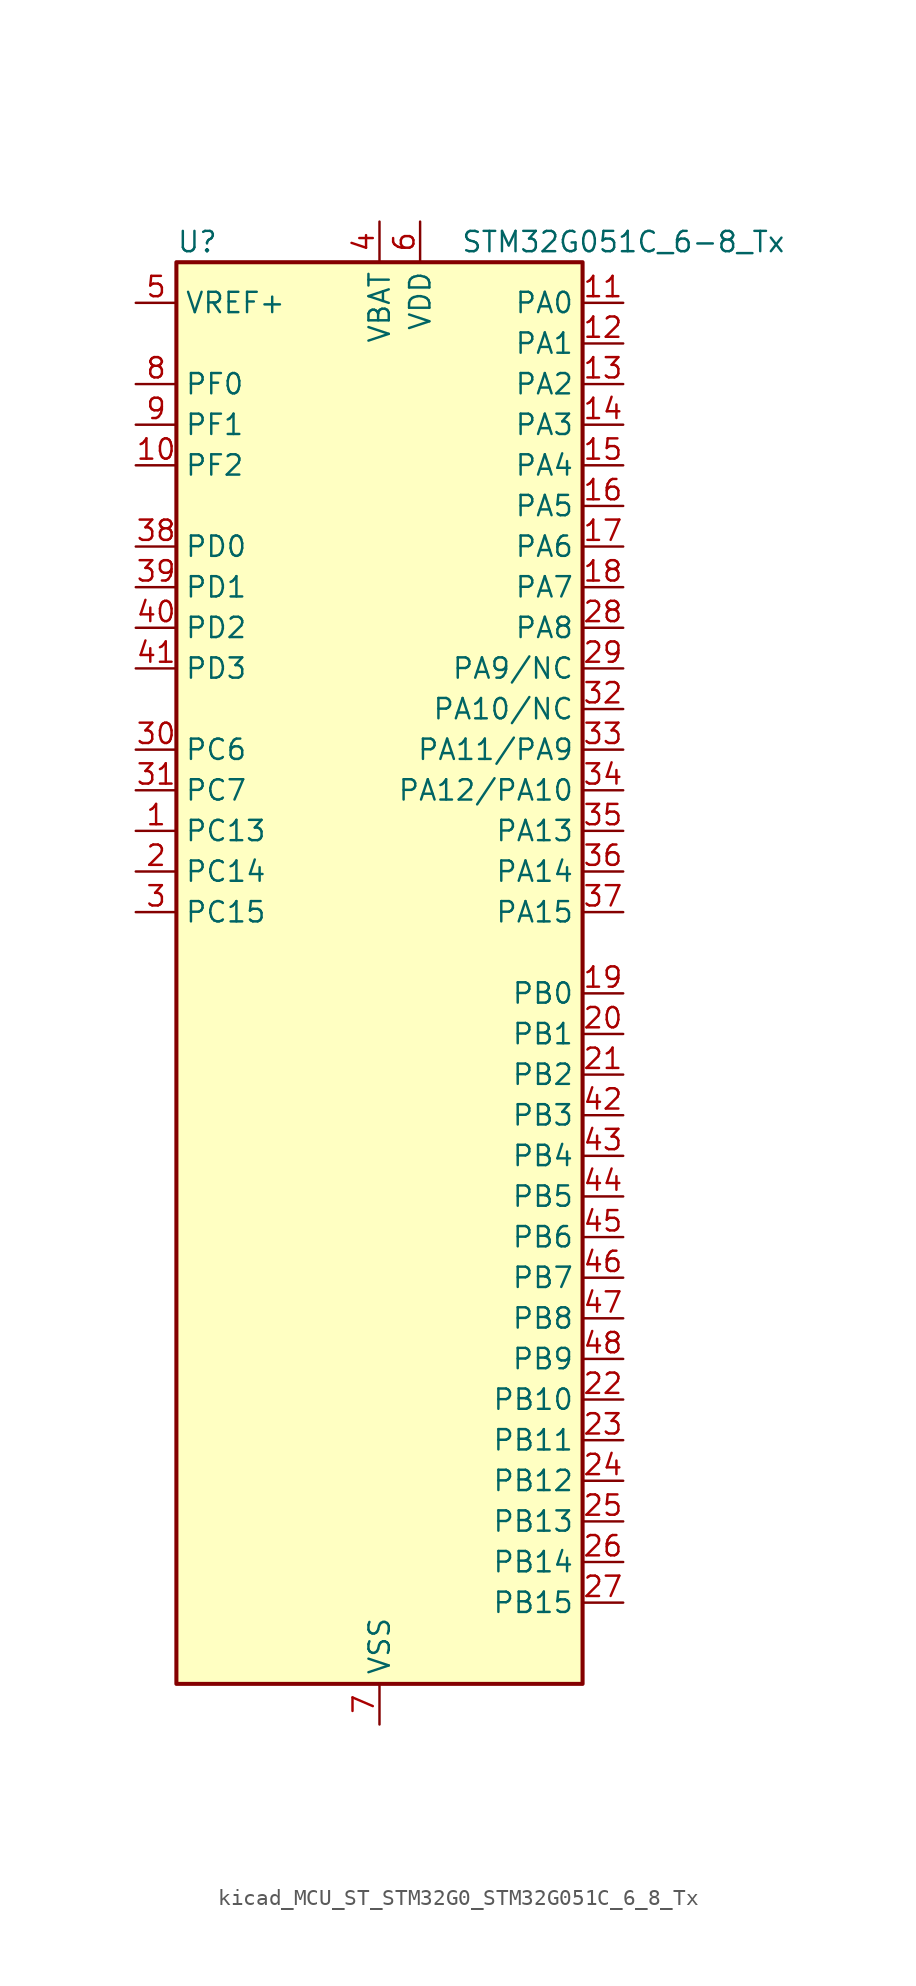
<source format=kicad_sym>
(kicad_symbol_lib
  (version 20220914)
  (generator kicad_symbol_editor)
  (symbol "kicad_MCU_ST_STM32G0_STM32G051C_6_8_Tx"
    (property "Reference" "U"
      (at -12.7 46.99 0)
      (effects (font (size 1.27 1.27)) (justify left)))
    (property "Value" "STM32G051C_6-8_Tx"
      (at 5.08 46.99 0)
      (effects (font (size 1.27 1.27)) (justify left)))
    (property "ki_locked" ""
      (at 0 0 0)
      (effects (font (size 1.27 1.27))))
    (symbol "kicad_MCU_ST_STM32G0_STM32G051C_6_8_Tx_0_1"
      (rectangle (start -12.7 -43.18) (end 12.7 45.72) (stroke (width 0.254) (type default)) (fill (type background))))
    (symbol "kicad_MCU_ST_STM32G0_STM32G051C_6_8_Tx_1_1"
      (pin bidirectional line (at -15.24 10.16 0) (length 2.54) (name "PC13" (effects (font (size 1.27 1.27)))) (number "1" (effects (font (size 1.27 1.27)))) (alternate "RTC_OUT1" bidirectional line) (alternate "RTC_TAMP_IN1" bidirectional line) (alternate "RTC_TS" bidirectional line) (alternate "SYS_WKUP2" bidirectional line) (alternate "TIM1_BK" bidirectional line))
      (pin bidirectional line (at -15.24 33.02 0) (length 2.54) (name "PF2" (effects (font (size 1.27 1.27)))) (number "10" (effects (font (size 1.27 1.27)))) (alternate "RCC_MCO" bidirectional line))
      (pin bidirectional line (at 15.24 43.18 180) (length 2.54) (name "PA0" (effects (font (size 1.27 1.27)))) (number "11" (effects (font (size 1.27 1.27)))) (alternate "ADC1_IN0" bidirectional line) (alternate "COMP1_INM" bidirectional line) (alternate "COMP1_OUT" bidirectional line) (alternate "LPTIM1_OUT" bidirectional line) (alternate "RTC_TAMP_IN2" bidirectional line) (alternate "SPI2_SCK" bidirectional line) (alternate "SYS_WKUP1" bidirectional line) (alternate "TIM2_CH1" bidirectional line) (alternate "TIM2_ETR" bidirectional line) (alternate "USART2_CTS" bidirectional line) (alternate "USART2_NSS" bidirectional line))
      (pin bidirectional line (at 15.24 40.64 180) (length 2.54) (name "PA1" (effects (font (size 1.27 1.27)))) (number "12" (effects (font (size 1.27 1.27)))) (alternate "ADC1_IN1" bidirectional line) (alternate "COMP1_INP" bidirectional line) (alternate "I2C1_SMBA" bidirectional line) (alternate "I2S1_CK" bidirectional line) (alternate "SPI1_SCK" bidirectional line) (alternate "TIM15_CH1N" bidirectional line) (alternate "TIM2_CH2" bidirectional line) (alternate "USART2_CK" bidirectional line) (alternate "USART2_DE" bidirectional line) (alternate "USART2_RTS" bidirectional line))
      (pin bidirectional line (at 15.24 38.1 180) (length 2.54) (name "PA2" (effects (font (size 1.27 1.27)))) (number "13" (effects (font (size 1.27 1.27)))) (alternate "ADC1_IN2" bidirectional line) (alternate "COMP2_INM" bidirectional line) (alternate "COMP2_OUT" bidirectional line) (alternate "I2S1_SD" bidirectional line) (alternate "LPUART1_TX" bidirectional line) (alternate "RCC_LSCO" bidirectional line) (alternate "SPI1_MOSI" bidirectional line) (alternate "SYS_WKUP4" bidirectional line) (alternate "TIM15_CH1" bidirectional line) (alternate "TIM2_CH3" bidirectional line) (alternate "USART2_TX" bidirectional line))
      (pin bidirectional line (at 15.24 35.56 180) (length 2.54) (name "PA3" (effects (font (size 1.27 1.27)))) (number "14" (effects (font (size 1.27 1.27)))) (alternate "ADC1_IN3" bidirectional line) (alternate "COMP2_INP" bidirectional line) (alternate "LPUART1_RX" bidirectional line) (alternate "SPI2_MISO" bidirectional line) (alternate "TIM15_CH2" bidirectional line) (alternate "TIM2_CH4" bidirectional line) (alternate "USART2_RX" bidirectional line))
      (pin bidirectional line (at 15.24 33.02 180) (length 2.54) (name "PA4" (effects (font (size 1.27 1.27)))) (number "15" (effects (font (size 1.27 1.27)))) (alternate "ADC1_IN4" bidirectional line) (alternate "DAC1_OUT1" bidirectional line) (alternate "I2S1_WS" bidirectional line) (alternate "LPTIM2_OUT" bidirectional line) (alternate "RTC_OUT2" bidirectional line) (alternate "SPI1_NSS" bidirectional line) (alternate "SPI2_MOSI" bidirectional line) (alternate "TIM14_CH1" bidirectional line))
      (pin bidirectional line (at 15.24 30.48 180) (length 2.54) (name "PA5" (effects (font (size 1.27 1.27)))) (number "16" (effects (font (size 1.27 1.27)))) (alternate "ADC1_IN5" bidirectional line) (alternate "DAC1_OUT2" bidirectional line) (alternate "I2S1_CK" bidirectional line) (alternate "LPTIM2_ETR" bidirectional line) (alternate "SPI1_SCK" bidirectional line) (alternate "TIM2_CH1" bidirectional line) (alternate "TIM2_ETR" bidirectional line))
      (pin bidirectional line (at 15.24 27.94 180) (length 2.54) (name "PA6" (effects (font (size 1.27 1.27)))) (number "17" (effects (font (size 1.27 1.27)))) (alternate "ADC1_IN6" bidirectional line) (alternate "COMP1_OUT" bidirectional line) (alternate "I2S1_MCK" bidirectional line) (alternate "LPUART1_CTS" bidirectional line) (alternate "SPI1_MISO" bidirectional line) (alternate "TIM16_CH1" bidirectional line) (alternate "TIM1_BK" bidirectional line) (alternate "TIM3_CH1" bidirectional line))
      (pin bidirectional line (at 15.24 25.4 180) (length 2.54) (name "PA7" (effects (font (size 1.27 1.27)))) (number "18" (effects (font (size 1.27 1.27)))) (alternate "ADC1_IN7" bidirectional line) (alternate "COMP2_OUT" bidirectional line) (alternate "I2S1_SD" bidirectional line) (alternate "SPI1_MOSI" bidirectional line) (alternate "TIM14_CH1" bidirectional line) (alternate "TIM17_CH1" bidirectional line) (alternate "TIM1_CH1N" bidirectional line) (alternate "TIM3_CH2" bidirectional line))
      (pin bidirectional line (at 15.24 0 180) (length 2.54) (name "PB0" (effects (font (size 1.27 1.27)))) (number "19" (effects (font (size 1.27 1.27)))) (alternate "ADC1_IN8" bidirectional line) (alternate "COMP1_OUT" bidirectional line) (alternate "I2S1_WS" bidirectional line) (alternate "LPTIM1_OUT" bidirectional line) (alternate "SPI1_NSS" bidirectional line) (alternate "TIM1_CH2N" bidirectional line) (alternate "TIM3_CH3" bidirectional line))
      (pin bidirectional line (at -15.24 7.62 0) (length 2.54) (name "PC14" (effects (font (size 1.27 1.27)))) (number "2" (effects (font (size 1.27 1.27)))) (alternate "RCC_OSC32_IN" bidirectional line) (alternate "TIM1_BK2" bidirectional line))
      (pin bidirectional line (at 15.24 -2.54 180) (length 2.54) (name "PB1" (effects (font (size 1.27 1.27)))) (number "20" (effects (font (size 1.27 1.27)))) (alternate "ADC1_IN9" bidirectional line) (alternate "COMP1_INM" bidirectional line) (alternate "LPTIM2_IN1" bidirectional line) (alternate "LPUART1_DE" bidirectional line) (alternate "LPUART1_RTS" bidirectional line) (alternate "TIM14_CH1" bidirectional line) (alternate "TIM1_CH3N" bidirectional line) (alternate "TIM3_CH4" bidirectional line))
      (pin bidirectional line (at 15.24 -5.08 180) (length 2.54) (name "PB2" (effects (font (size 1.27 1.27)))) (number "21" (effects (font (size 1.27 1.27)))) (alternate "ADC1_IN10" bidirectional line) (alternate "COMP1_INP" bidirectional line) (alternate "LPTIM1_OUT" bidirectional line) (alternate "SPI2_MISO" bidirectional line))
      (pin bidirectional line (at 15.24 -25.4 180) (length 2.54) (name "PB10" (effects (font (size 1.27 1.27)))) (number "22" (effects (font (size 1.27 1.27)))) (alternate "ADC1_IN11" bidirectional line) (alternate "COMP1_OUT" bidirectional line) (alternate "I2C2_SCL" bidirectional line) (alternate "LPUART1_RX" bidirectional line) (alternate "SPI2_SCK" bidirectional line) (alternate "TIM2_CH3" bidirectional line))
      (pin bidirectional line (at 15.24 -27.94 180) (length 2.54) (name "PB11" (effects (font (size 1.27 1.27)))) (number "23" (effects (font (size 1.27 1.27)))) (alternate "ADC1_EXTI11" bidirectional line) (alternate "ADC1_IN15" bidirectional line) (alternate "COMP2_OUT" bidirectional line) (alternate "I2C2_SDA" bidirectional line) (alternate "LPUART1_TX" bidirectional line) (alternate "SPI2_MOSI" bidirectional line) (alternate "TIM2_CH4" bidirectional line))
      (pin bidirectional line (at 15.24 -30.48 180) (length 2.54) (name "PB12" (effects (font (size 1.27 1.27)))) (number "24" (effects (font (size 1.27 1.27)))) (alternate "ADC1_IN16" bidirectional line) (alternate "LPUART1_DE" bidirectional line) (alternate "LPUART1_RTS" bidirectional line) (alternate "SPI2_NSS" bidirectional line) (alternate "TIM15_BK" bidirectional line) (alternate "TIM1_BK" bidirectional line))
      (pin bidirectional line (at 15.24 -33.02 180) (length 2.54) (name "PB13" (effects (font (size 1.27 1.27)))) (number "25" (effects (font (size 1.27 1.27)))) (alternate "I2C2_SCL" bidirectional line) (alternate "LPUART1_CTS" bidirectional line) (alternate "SPI2_SCK" bidirectional line) (alternate "TIM15_CH1N" bidirectional line) (alternate "TIM1_CH1N" bidirectional line))
      (pin bidirectional line (at 15.24 -35.56 180) (length 2.54) (name "PB14" (effects (font (size 1.27 1.27)))) (number "26" (effects (font (size 1.27 1.27)))) (alternate "I2C2_SDA" bidirectional line) (alternate "SPI2_MISO" bidirectional line) (alternate "TIM15_CH1" bidirectional line) (alternate "TIM1_CH2N" bidirectional line))
      (pin bidirectional line (at 15.24 -38.1 180) (length 2.54) (name "PB15" (effects (font (size 1.27 1.27)))) (number "27" (effects (font (size 1.27 1.27)))) (alternate "RTC_REFIN" bidirectional line) (alternate "SPI2_MOSI" bidirectional line) (alternate "TIM15_CH1N" bidirectional line) (alternate "TIM15_CH2" bidirectional line) (alternate "TIM1_CH3N" bidirectional line))
      (pin bidirectional line (at 15.24 22.86 180) (length 2.54) (name "PA8" (effects (font (size 1.27 1.27)))) (number "28" (effects (font (size 1.27 1.27)))) (alternate "LPTIM2_OUT" bidirectional line) (alternate "RCC_MCO" bidirectional line) (alternate "SPI2_NSS" bidirectional line) (alternate "TIM1_CH1" bidirectional line))
      (pin bidirectional line (at 15.24 20.32 180) (length 2.54) (name "PA9/NC" (effects (font (size 1.27 1.27)))) (number "29" (effects (font (size 1.27 1.27)))) (alternate "DAC1_EXTI9" bidirectional line) (alternate "I2C1_SCL" bidirectional line) (alternate "RCC_MCO" bidirectional line) (alternate "SPI2_MISO" bidirectional line) (alternate "TIM15_BK" bidirectional line) (alternate "TIM1_CH2" bidirectional line) (alternate "USART1_TX" bidirectional line))
      (pin bidirectional line (at -15.24 5.08 0) (length 2.54) (name "PC15" (effects (font (size 1.27 1.27)))) (number "3" (effects (font (size 1.27 1.27)))) (alternate "RCC_OSC32_EN" bidirectional line) (alternate "RCC_OSC32_OUT" bidirectional line) (alternate "RCC_OSC_EN" bidirectional line) (alternate "TIM15_BK" bidirectional line))
      (pin bidirectional line (at -15.24 15.24 0) (length 2.54) (name "PC6" (effects (font (size 1.27 1.27)))) (number "30" (effects (font (size 1.27 1.27)))) (alternate "TIM2_CH3" bidirectional line) (alternate "TIM3_CH1" bidirectional line))
      (pin bidirectional line (at -15.24 12.7 0) (length 2.54) (name "PC7" (effects (font (size 1.27 1.27)))) (number "31" (effects (font (size 1.27 1.27)))) (alternate "TIM2_CH4" bidirectional line) (alternate "TIM3_CH2" bidirectional line))
      (pin bidirectional line (at 15.24 17.78 180) (length 2.54) (name "PA10/NC" (effects (font (size 1.27 1.27)))) (number "32" (effects (font (size 1.27 1.27)))) (alternate "I2C1_SDA" bidirectional line) (alternate "SPI2_MOSI" bidirectional line) (alternate "TIM17_BK" bidirectional line) (alternate "TIM1_CH3" bidirectional line) (alternate "USART1_RX" bidirectional line))
      (pin bidirectional line (at 15.24 15.24 180) (length 2.54) (name "PA11/PA9" (effects (font (size 1.27 1.27)))) (number "33" (effects (font (size 1.27 1.27)))) (alternate "ADC1_EXTI11" bidirectional line) (alternate "COMP1_OUT" bidirectional line) (alternate "I2C2_SCL" bidirectional line) (alternate "I2S1_MCK" bidirectional line) (alternate "SPI1_MISO" bidirectional line) (alternate "TIM1_BK2" bidirectional line) (alternate "TIM1_CH4" bidirectional line) (alternate "USART1_CTS" bidirectional line) (alternate "USART1_NSS" bidirectional line))
      (pin bidirectional line (at 15.24 12.7 180) (length 2.54) (name "PA12/PA10" (effects (font (size 1.27 1.27)))) (number "34" (effects (font (size 1.27 1.27)))) (alternate "COMP2_OUT" bidirectional line) (alternate "I2C2_SDA" bidirectional line) (alternate "I2S1_SD" bidirectional line) (alternate "I2S_CKIN" bidirectional line) (alternate "SPI1_MOSI" bidirectional line) (alternate "TIM1_ETR" bidirectional line) (alternate "USART1_CK" bidirectional line) (alternate "USART1_DE" bidirectional line) (alternate "USART1_RTS" bidirectional line))
      (pin bidirectional line (at 15.24 10.16 180) (length 2.54) (name "PA13" (effects (font (size 1.27 1.27)))) (number "35" (effects (font (size 1.27 1.27)))) (alternate "ADC1_IN17" bidirectional line) (alternate "IR_OUT" bidirectional line) (alternate "SYS_SWDIO" bidirectional line))
      (pin bidirectional line (at 15.24 7.62 180) (length 2.54) (name "PA14" (effects (font (size 1.27 1.27)))) (number "36" (effects (font (size 1.27 1.27)))) (alternate "ADC1_IN18" bidirectional line) (alternate "SYS_SWCLK" bidirectional line) (alternate "USART2_TX" bidirectional line))
      (pin bidirectional line (at 15.24 5.08 180) (length 2.54) (name "PA15" (effects (font (size 1.27 1.27)))) (number "37" (effects (font (size 1.27 1.27)))) (alternate "I2S1_WS" bidirectional line) (alternate "SPI1_NSS" bidirectional line) (alternate "TIM2_CH1" bidirectional line) (alternate "TIM2_ETR" bidirectional line) (alternate "USART2_RX" bidirectional line))
      (pin bidirectional line (at -15.24 27.94 0) (length 2.54) (name "PD0" (effects (font (size 1.27 1.27)))) (number "38" (effects (font (size 1.27 1.27)))) (alternate "SPI2_NSS" bidirectional line) (alternate "TIM16_CH1" bidirectional line))
      (pin bidirectional line (at -15.24 25.4 0) (length 2.54) (name "PD1" (effects (font (size 1.27 1.27)))) (number "39" (effects (font (size 1.27 1.27)))) (alternate "SPI2_SCK" bidirectional line) (alternate "TIM17_CH1" bidirectional line))
      (pin power_in line (at 0 48.26 270) (length 2.54) (name "VBAT" (effects (font (size 1.27 1.27)))) (number "4" (effects (font (size 1.27 1.27)))))
      (pin bidirectional line (at -15.24 22.86 0) (length 2.54) (name "PD2" (effects (font (size 1.27 1.27)))) (number "40" (effects (font (size 1.27 1.27)))) (alternate "TIM1_CH1N" bidirectional line) (alternate "TIM3_ETR" bidirectional line))
      (pin bidirectional line (at -15.24 20.32 0) (length 2.54) (name "PD3" (effects (font (size 1.27 1.27)))) (number "41" (effects (font (size 1.27 1.27)))) (alternate "SPI2_MISO" bidirectional line) (alternate "TIM1_CH2N" bidirectional line) (alternate "USART2_CTS" bidirectional line) (alternate "USART2_NSS" bidirectional line))
      (pin bidirectional line (at 15.24 -7.62 180) (length 2.54) (name "PB3" (effects (font (size 1.27 1.27)))) (number "42" (effects (font (size 1.27 1.27)))) (alternate "COMP2_INM" bidirectional line) (alternate "I2S1_CK" bidirectional line) (alternate "SPI1_SCK" bidirectional line) (alternate "TIM1_CH2" bidirectional line) (alternate "TIM2_CH2" bidirectional line) (alternate "USART1_CK" bidirectional line) (alternate "USART1_DE" bidirectional line) (alternate "USART1_RTS" bidirectional line))
      (pin bidirectional line (at 15.24 -10.16 180) (length 2.54) (name "PB4" (effects (font (size 1.27 1.27)))) (number "43" (effects (font (size 1.27 1.27)))) (alternate "COMP2_INP" bidirectional line) (alternate "I2S1_MCK" bidirectional line) (alternate "SPI1_MISO" bidirectional line) (alternate "TIM17_BK" bidirectional line) (alternate "TIM3_CH1" bidirectional line) (alternate "USART1_CTS" bidirectional line) (alternate "USART1_NSS" bidirectional line))
      (pin bidirectional line (at 15.24 -12.7 180) (length 2.54) (name "PB5" (effects (font (size 1.27 1.27)))) (number "44" (effects (font (size 1.27 1.27)))) (alternate "COMP2_OUT" bidirectional line) (alternate "I2C1_SMBA" bidirectional line) (alternate "I2S1_SD" bidirectional line) (alternate "LPTIM1_IN1" bidirectional line) (alternate "SPI1_MOSI" bidirectional line) (alternate "SYS_WKUP6" bidirectional line) (alternate "TIM16_BK" bidirectional line) (alternate "TIM3_CH2" bidirectional line))
      (pin bidirectional line (at 15.24 -15.24 180) (length 2.54) (name "PB6" (effects (font (size 1.27 1.27)))) (number "45" (effects (font (size 1.27 1.27)))) (alternate "COMP2_INP" bidirectional line) (alternate "I2C1_SCL" bidirectional line) (alternate "LPTIM1_ETR" bidirectional line) (alternate "SPI2_MISO" bidirectional line) (alternate "TIM16_CH1N" bidirectional line) (alternate "TIM1_CH3" bidirectional line) (alternate "USART1_TX" bidirectional line))
      (pin bidirectional line (at 15.24 -17.78 180) (length 2.54) (name "PB7" (effects (font (size 1.27 1.27)))) (number "46" (effects (font (size 1.27 1.27)))) (alternate "COMP2_INM" bidirectional line) (alternate "I2C1_SDA" bidirectional line) (alternate "LPTIM1_IN2" bidirectional line) (alternate "SPI2_MOSI" bidirectional line) (alternate "SYS_PVD_IN" bidirectional line) (alternate "TIM17_CH1N" bidirectional line) (alternate "USART1_RX" bidirectional line))
      (pin bidirectional line (at 15.24 -20.32 180) (length 2.54) (name "PB8" (effects (font (size 1.27 1.27)))) (number "47" (effects (font (size 1.27 1.27)))) (alternate "I2C1_SCL" bidirectional line) (alternate "SPI2_SCK" bidirectional line) (alternate "TIM15_BK" bidirectional line) (alternate "TIM16_CH1" bidirectional line))
      (pin bidirectional line (at 15.24 -22.86 180) (length 2.54) (name "PB9" (effects (font (size 1.27 1.27)))) (number "48" (effects (font (size 1.27 1.27)))) (alternate "DAC1_EXTI9" bidirectional line) (alternate "I2C1_SDA" bidirectional line) (alternate "IR_OUT" bidirectional line) (alternate "SPI2_NSS" bidirectional line) (alternate "TIM17_CH1" bidirectional line))
      (pin input line (at -15.24 43.18 0) (length 2.54) (name "VREF+" (effects (font (size 1.27 1.27)))) (number "5" (effects (font (size 1.27 1.27)))) (alternate "VREFBUF_OUT" bidirectional line))
      (pin power_in line (at 2.54 48.26 270) (length 2.54) (name "VDD" (effects (font (size 1.27 1.27)))) (number "6" (effects (font (size 1.27 1.27)))))
      (pin power_in line (at 0 -45.72 90) (length 2.54) (name "VSS" (effects (font (size 1.27 1.27)))) (number "7" (effects (font (size 1.27 1.27)))))
      (pin bidirectional line (at -15.24 38.1 0) (length 2.54) (name "PF0" (effects (font (size 1.27 1.27)))) (number "8" (effects (font (size 1.27 1.27)))) (alternate "RCC_OSC_IN" bidirectional line) (alternate "TIM14_CH1" bidirectional line))
      (pin bidirectional line (at -15.24 35.56 0) (length 2.54) (name "PF1" (effects (font (size 1.27 1.27)))) (number "9" (effects (font (size 1.27 1.27)))) (alternate "RCC_OSC_EN" bidirectional line) (alternate "RCC_OSC_OUT" bidirectional line) (alternate "TIM15_CH1N" bidirectional line)))))
</source>
